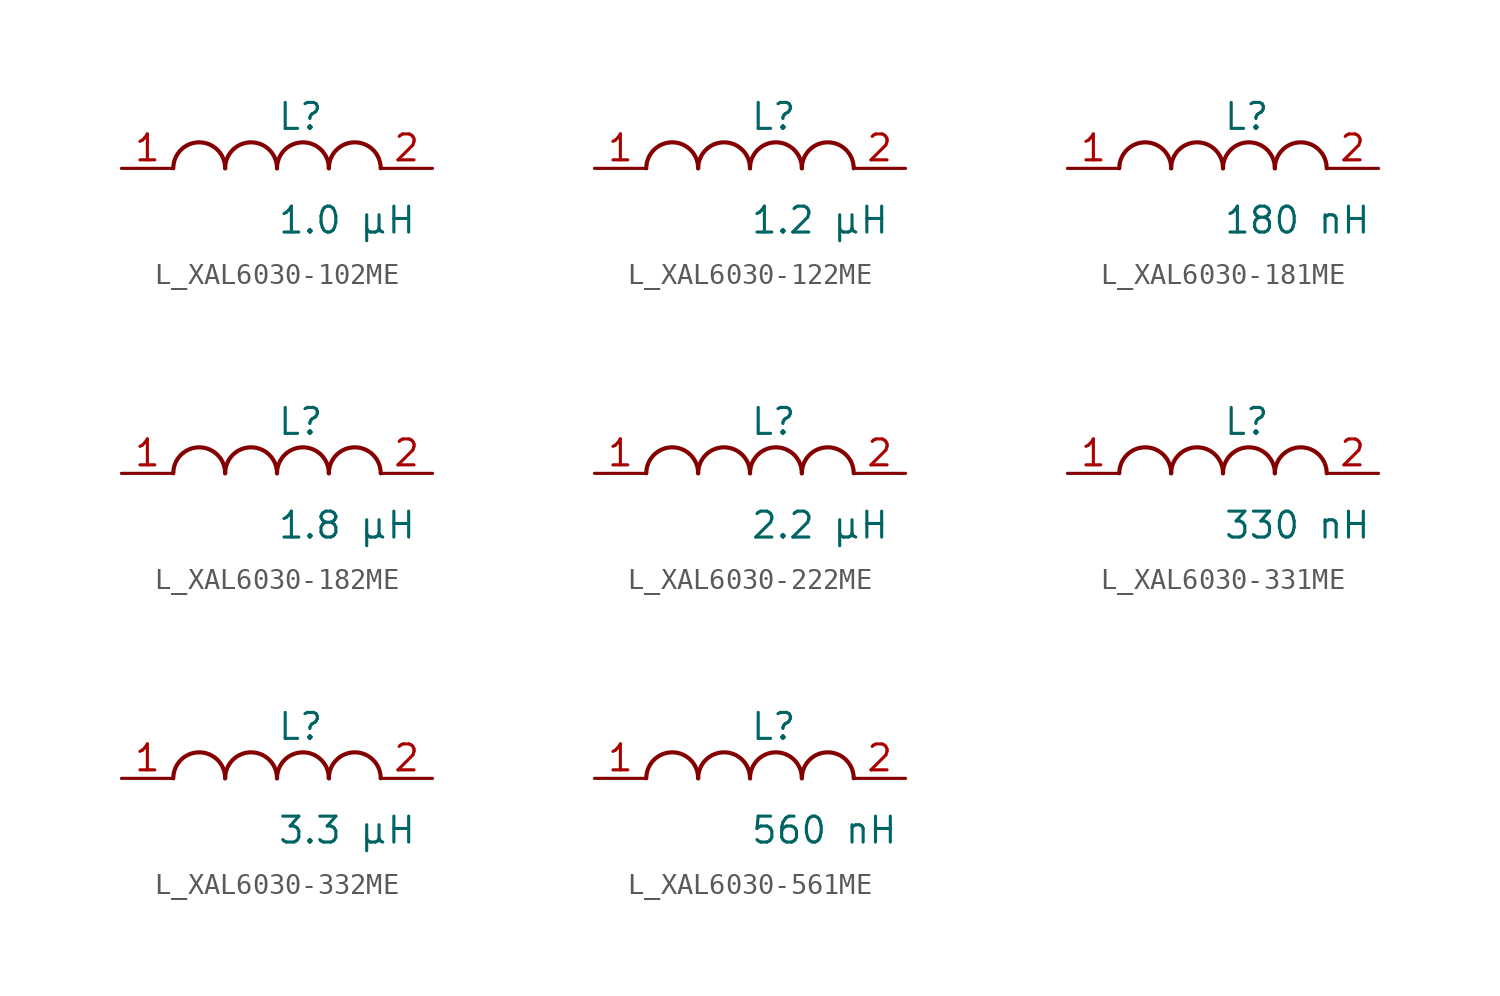
<source format=kicad_sym>
(kicad_symbol_lib
  (version 20231120)
  (generator kicad_symbol_editor)
  (generator_version 8.0)
  (symbol "L_XAL6030-102ME"
    (pin_names
      (offset 0.254))
    (property "Reference" "L"
      (at 0 2.54 0)
      (effects (font (size 1.27 1.27)) (justify left)))
    (property "Value" "1.0 µH"
      (at 0 -2.54 0)
      (effects (font (size 1.27 1.27)) (justify left)))
    (symbol "L_XAL6030-102ME_1_1"
      (arc (start -2.54 0.0056) (mid -3.81 1.27) (end -5.08 0.0056) (stroke (width 0.2032) (type default)) (fill (type none)))
      (arc (start 0 0.0056) (mid -1.27 1.27) (end -2.54 0.0056) (stroke (width 0.2032) (type default)) (fill (type none)))
      (arc (start 2.54 0.0056) (mid 1.27 1.27) (end 0 0.0056) (stroke (width 0.2032) (type default)) (fill (type none)))
      (arc (start 5.08 0.0056) (mid 3.81 1.27) (end 2.54 0.0056) (stroke (width 0.2032) (type default)) (fill (type none)))
      (pin unspecified line (at -7.62 0 0) (length 2.54) (name "" (effects (font (size 1.27 1.27)))) (number "1" (effects (font (size 1.27 1.27)))))
      (pin unspecified line (at 7.62 0 180) (length 2.54) (name "" (effects (font (size 1.27 1.27)))) (number "2" (effects (font (size 1.27 1.27)))))))
  (symbol "L_XAL6030-122ME"
    (pin_names
      (offset 0.254))
    (property "Reference" "L"
      (at 0 2.54 0)
      (effects (font (size 1.27 1.27)) (justify left)))
    (property "Value" "1.2 µH"
      (at 0 -2.54 0)
      (effects (font (size 1.27 1.27)) (justify left)))
    (symbol "L_XAL6030-122ME_1_1"
      (arc (start -2.54 0.0056) (mid -3.81 1.27) (end -5.08 0.0056) (stroke (width 0.2032) (type default)) (fill (type none)))
      (arc (start 0 0.0056) (mid -1.27 1.27) (end -2.54 0.0056) (stroke (width 0.2032) (type default)) (fill (type none)))
      (arc (start 2.54 0.0056) (mid 1.27 1.27) (end 0 0.0056) (stroke (width 0.2032) (type default)) (fill (type none)))
      (arc (start 5.08 0.0056) (mid 3.81 1.27) (end 2.54 0.0056) (stroke (width 0.2032) (type default)) (fill (type none)))
      (pin unspecified line (at -7.62 0 0) (length 2.54) (name "" (effects (font (size 1.27 1.27)))) (number "1" (effects (font (size 1.27 1.27)))))
      (pin unspecified line (at 7.62 0 180) (length 2.54) (name "" (effects (font (size 1.27 1.27)))) (number "2" (effects (font (size 1.27 1.27)))))))
  (symbol "L_XAL6030-181ME"
    (pin_names
      (offset 0.254))
    (property "Reference" "L"
      (at 0 2.54 0)
      (effects (font (size 1.27 1.27)) (justify left)))
    (property "Value" "180 nH"
      (at 0 -2.54 0)
      (effects (font (size 1.27 1.27)) (justify left)))
    (symbol "L_XAL6030-181ME_1_1"
      (arc (start -2.54 0.0056) (mid -3.81 1.27) (end -5.08 0.0056) (stroke (width 0.2032) (type default)) (fill (type none)))
      (arc (start 0 0.0056) (mid -1.27 1.27) (end -2.54 0.0056) (stroke (width 0.2032) (type default)) (fill (type none)))
      (arc (start 2.54 0.0056) (mid 1.27 1.27) (end 0 0.0056) (stroke (width 0.2032) (type default)) (fill (type none)))
      (arc (start 5.08 0.0056) (mid 3.81 1.27) (end 2.54 0.0056) (stroke (width 0.2032) (type default)) (fill (type none)))
      (pin unspecified line (at -7.62 0 0) (length 2.54) (name "" (effects (font (size 1.27 1.27)))) (number "1" (effects (font (size 1.27 1.27)))))
      (pin unspecified line (at 7.62 0 180) (length 2.54) (name "" (effects (font (size 1.27 1.27)))) (number "2" (effects (font (size 1.27 1.27)))))))
  (symbol "L_XAL6030-182ME"
    (pin_names
      (offset 0.254))
    (property "Reference" "L"
      (at 0 2.54 0)
      (effects (font (size 1.27 1.27)) (justify left)))
    (property "Value" "1.8 µH"
      (at 0 -2.54 0)
      (effects (font (size 1.27 1.27)) (justify left)))
    (symbol "L_XAL6030-182ME_1_1"
      (arc (start -2.54 0.0056) (mid -3.81 1.27) (end -5.08 0.0056) (stroke (width 0.2032) (type default)) (fill (type none)))
      (arc (start 0 0.0056) (mid -1.27 1.27) (end -2.54 0.0056) (stroke (width 0.2032) (type default)) (fill (type none)))
      (arc (start 2.54 0.0056) (mid 1.27 1.27) (end 0 0.0056) (stroke (width 0.2032) (type default)) (fill (type none)))
      (arc (start 5.08 0.0056) (mid 3.81 1.27) (end 2.54 0.0056) (stroke (width 0.2032) (type default)) (fill (type none)))
      (pin unspecified line (at -7.62 0 0) (length 2.54) (name "" (effects (font (size 1.27 1.27)))) (number "1" (effects (font (size 1.27 1.27)))))
      (pin unspecified line (at 7.62 0 180) (length 2.54) (name "" (effects (font (size 1.27 1.27)))) (number "2" (effects (font (size 1.27 1.27)))))))
  (symbol "L_XAL6030-222ME"
    (pin_names
      (offset 0.254))
    (property "Reference" "L"
      (at 0 2.54 0)
      (effects (font (size 1.27 1.27)) (justify left)))
    (property "Value" "2.2 µH"
      (at 0 -2.54 0)
      (effects (font (size 1.27 1.27)) (justify left)))
    (symbol "L_XAL6030-222ME_1_1"
      (arc (start -2.54 0.0056) (mid -3.81 1.27) (end -5.08 0.0056) (stroke (width 0.2032) (type default)) (fill (type none)))
      (arc (start 0 0.0056) (mid -1.27 1.27) (end -2.54 0.0056) (stroke (width 0.2032) (type default)) (fill (type none)))
      (arc (start 2.54 0.0056) (mid 1.27 1.27) (end 0 0.0056) (stroke (width 0.2032) (type default)) (fill (type none)))
      (arc (start 5.08 0.0056) (mid 3.81 1.27) (end 2.54 0.0056) (stroke (width 0.2032) (type default)) (fill (type none)))
      (pin unspecified line (at -7.62 0 0) (length 2.54) (name "" (effects (font (size 1.27 1.27)))) (number "1" (effects (font (size 1.27 1.27)))))
      (pin unspecified line (at 7.62 0 180) (length 2.54) (name "" (effects (font (size 1.27 1.27)))) (number "2" (effects (font (size 1.27 1.27)))))))
  (symbol "L_XAL6030-331ME"
    (pin_names
      (offset 0.254))
    (property "Reference" "L"
      (at 0 2.54 0)
      (effects (font (size 1.27 1.27)) (justify left)))
    (property "Value" "330 nH"
      (at 0 -2.54 0)
      (effects (font (size 1.27 1.27)) (justify left)))
    (symbol "L_XAL6030-331ME_1_1"
      (arc (start -2.54 0.0056) (mid -3.81 1.27) (end -5.08 0.0056) (stroke (width 0.2032) (type default)) (fill (type none)))
      (arc (start 0 0.0056) (mid -1.27 1.27) (end -2.54 0.0056) (stroke (width 0.2032) (type default)) (fill (type none)))
      (arc (start 2.54 0.0056) (mid 1.27 1.27) (end 0 0.0056) (stroke (width 0.2032) (type default)) (fill (type none)))
      (arc (start 5.08 0.0056) (mid 3.81 1.27) (end 2.54 0.0056) (stroke (width 0.2032) (type default)) (fill (type none)))
      (pin unspecified line (at -7.62 0 0) (length 2.54) (name "" (effects (font (size 1.27 1.27)))) (number "1" (effects (font (size 1.27 1.27)))))
      (pin unspecified line (at 7.62 0 180) (length 2.54) (name "" (effects (font (size 1.27 1.27)))) (number "2" (effects (font (size 1.27 1.27)))))))
  (symbol "L_XAL6030-332ME"
    (pin_names
      (offset 0.254))
    (property "Reference" "L"
      (at 0 2.54 0)
      (effects (font (size 1.27 1.27)) (justify left)))
    (property "Value" "3.3 µH"
      (at 0 -2.54 0)
      (effects (font (size 1.27 1.27)) (justify left)))
    (symbol "L_XAL6030-332ME_1_1"
      (arc (start -2.54 0.0056) (mid -3.81 1.27) (end -5.08 0.0056) (stroke (width 0.2032) (type default)) (fill (type none)))
      (arc (start 0 0.0056) (mid -1.27 1.27) (end -2.54 0.0056) (stroke (width 0.2032) (type default)) (fill (type none)))
      (arc (start 2.54 0.0056) (mid 1.27 1.27) (end 0 0.0056) (stroke (width 0.2032) (type default)) (fill (type none)))
      (arc (start 5.08 0.0056) (mid 3.81 1.27) (end 2.54 0.0056) (stroke (width 0.2032) (type default)) (fill (type none)))
      (pin unspecified line (at -7.62 0 0) (length 2.54) (name "" (effects (font (size 1.27 1.27)))) (number "1" (effects (font (size 1.27 1.27)))))
      (pin unspecified line (at 7.62 0 180) (length 2.54) (name "" (effects (font (size 1.27 1.27)))) (number "2" (effects (font (size 1.27 1.27)))))))
  (symbol "L_XAL6030-561ME"
    (pin_names
      (offset 0.254))
    (property "Reference" "L"
      (at 0 2.54 0)
      (effects (font (size 1.27 1.27)) (justify left)))
    (property "Value" "560 nH"
      (at 0 -2.54 0)
      (effects (font (size 1.27 1.27)) (justify left)))
    (symbol "L_XAL6030-561ME_1_1"
      (arc (start -2.54 0.0056) (mid -3.81 1.27) (end -5.08 0.0056) (stroke (width 0.2032) (type default)) (fill (type none)))
      (arc (start 0 0.0056) (mid -1.27 1.27) (end -2.54 0.0056) (stroke (width 0.2032) (type default)) (fill (type none)))
      (arc (start 2.54 0.0056) (mid 1.27 1.27) (end 0 0.0056) (stroke (width 0.2032) (type default)) (fill (type none)))
      (arc (start 5.08 0.0056) (mid 3.81 1.27) (end 2.54 0.0056) (stroke (width 0.2032) (type default)) (fill (type none)))
      (pin unspecified line (at -7.62 0 0) (length 2.54) (name "" (effects (font (size 1.27 1.27)))) (number "1" (effects (font (size 1.27 1.27)))))
      (pin unspecified line (at 7.62 0 180) (length 2.54) (name "" (effects (font (size 1.27 1.27)))) (number "2" (effects (font (size 1.27 1.27))))))))
</source>
